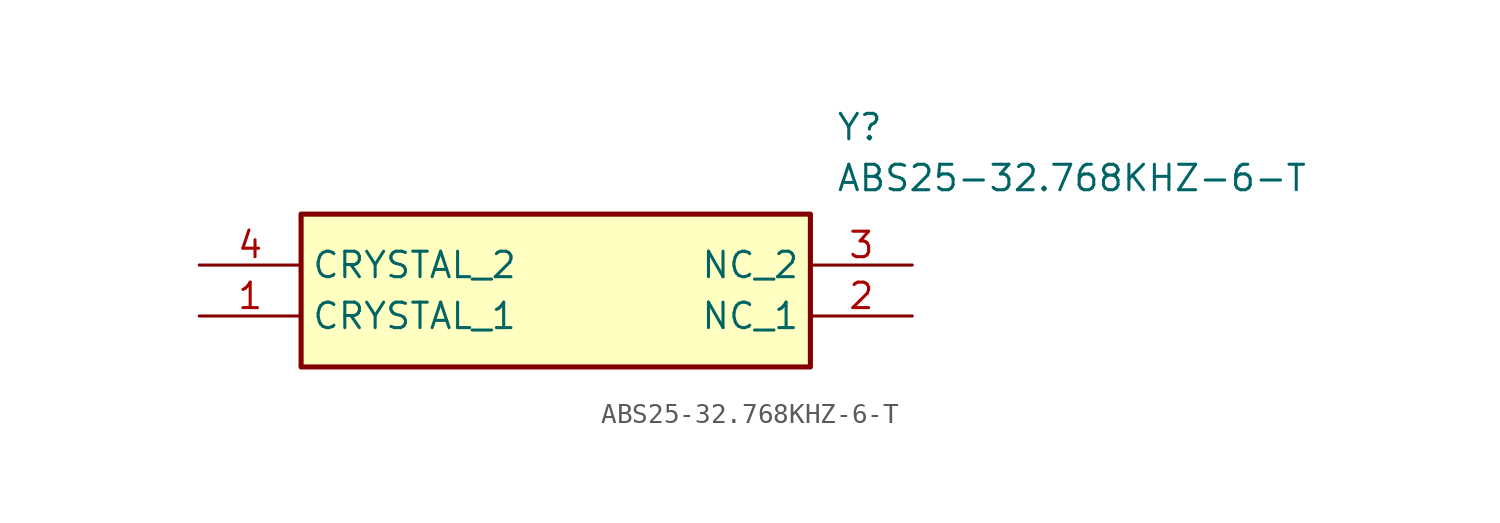
<source format=kicad_sym>
(kicad_symbol_lib
  (version 20231120)
  (generator "kicad_symbol_editor")
  (generator_version "8.0")
  (symbol "ABS25-32.768KHZ-6-T"
    (property "Reference" "Y"
      (at 31.75 7.62 0)
      (effects (font (size 1.27 1.27)) (justify left top)))
    (property "Value" "ABS25-32.768KHZ-6-T"
      (at 31.75 5.08 0)
      (effects (font (size 1.27 1.27)) (justify left top)))
    (symbol "ABS25-32.768KHZ-6-T_1_1"
      (rectangle (start 5.08 2.54) (end 30.48 -5.08) (stroke (width 0.254) (type default)) (fill (type background)))
      (pin passive line (at 0 -2.54 0) (length 5.08) (name "CRYSTAL_1" (effects (font (size 1.27 1.27)))) (number "1" (effects (font (size 1.27 1.27)))))
      (pin passive line (at 35.56 -2.54 180) (length 5.08) (name "NC_1" (effects (font (size 1.27 1.27)))) (number "2" (effects (font (size 1.27 1.27)))))
      (pin passive line (at 35.56 0 180) (length 5.08) (name "NC_2" (effects (font (size 1.27 1.27)))) (number "3" (effects (font (size 1.27 1.27)))))
      (pin passive line (at 0 0 0) (length 5.08) (name "CRYSTAL_2" (effects (font (size 1.27 1.27)))) (number "4" (effects (font (size 1.27 1.27))))))))
</source>
